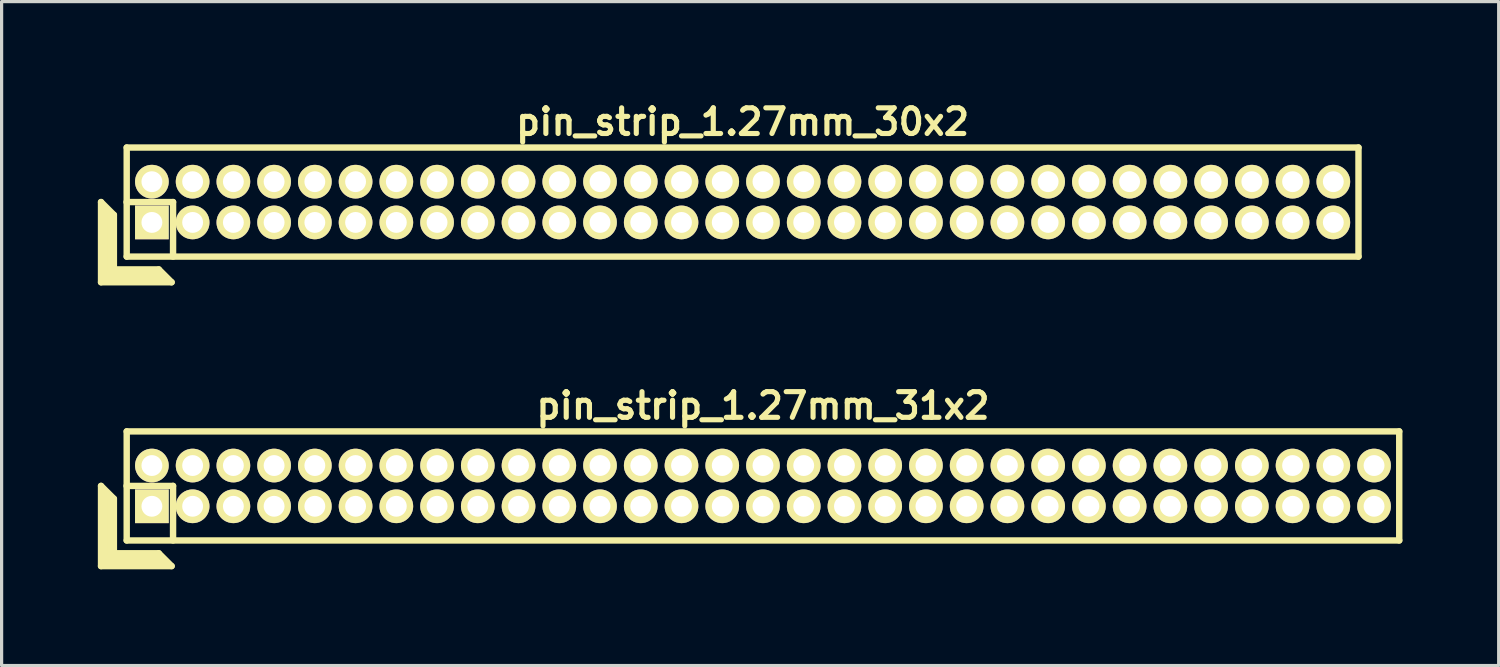
<source format=kicad_pcb>
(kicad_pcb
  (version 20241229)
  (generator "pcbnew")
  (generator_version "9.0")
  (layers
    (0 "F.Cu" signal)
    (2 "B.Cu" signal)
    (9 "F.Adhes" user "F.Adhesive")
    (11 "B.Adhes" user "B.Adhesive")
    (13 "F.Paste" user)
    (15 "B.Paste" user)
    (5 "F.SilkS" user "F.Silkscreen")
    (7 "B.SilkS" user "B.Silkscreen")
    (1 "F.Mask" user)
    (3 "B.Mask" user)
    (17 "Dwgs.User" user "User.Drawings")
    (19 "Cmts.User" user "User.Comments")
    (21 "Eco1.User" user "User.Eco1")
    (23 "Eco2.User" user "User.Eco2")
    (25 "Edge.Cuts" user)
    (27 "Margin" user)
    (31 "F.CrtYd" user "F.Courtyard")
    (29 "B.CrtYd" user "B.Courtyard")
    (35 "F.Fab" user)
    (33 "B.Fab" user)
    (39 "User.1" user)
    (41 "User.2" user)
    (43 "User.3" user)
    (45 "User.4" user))
  (footprint "pin_strip_1.27mm_31x2"
    (layer "F.Cu")
    (at 20.735 12.098)
    (property "Reference" "pin_strip_1.27mm_31x2" (at 0 -2.5 0) (layer "F.SilkS") (effects (font (size 0.8 0.8) (thickness 0.16))))
    (attr through_hole)
    (fp_line (start -20.635 0) (end -20.635 2.5) (stroke (width 0.2) (type solid)) (layer "F.SilkS"))
    (fp_line (start -20.635 0) (end -20.235 0.4) (stroke (width 0.2) (type solid)) (layer "F.SilkS"))
    (fp_line (start -20.635 2.5) (end -18.435 2.5) (stroke (width 0.2) (type solid)) (layer "F.SilkS"))
    (fp_line (start -20.535 2.4) (end -20.535 0.2) (stroke (width 0.2) (type solid)) (layer "F.SilkS"))
    (fp_line (start -20.535 2.4) (end -18.635 2.4) (stroke (width 0.2) (type solid)) (layer "F.SilkS"))
    (fp_line (start -20.435 2.3) (end -20.435 0.3) (stroke (width 0.2) (type solid)) (layer "F.SilkS"))
    (fp_line (start -20.435 2.3) (end -18.735 2.3) (stroke (width 0.2) (type solid)) (layer "F.SilkS"))
    (fp_line (start -20.335 2.2) (end -20.335 0.4) (stroke (width 0.2) (type solid)) (layer "F.SilkS"))
    (fp_line (start -20.335 2.2) (end -18.835 2.2) (stroke (width 0.2) (type solid)) (layer "F.SilkS"))
    (fp_line (start -20.235 2.1) (end -20.235 0.4) (stroke (width 0.2) (type solid)) (layer "F.SilkS"))
    (fp_line (start -20.235 2.1) (end -18.835 2.1) (stroke (width 0.2) (type solid)) (layer "F.SilkS"))
    (fp_line (start -19.84 0) (end -18.39 0) (stroke (width 0.2) (type solid)) (layer "F.SilkS"))
    (fp_line (start -19.835 -1.7) (end 19.835 -1.7) (stroke (width 0.2) (type solid)) (layer "F.SilkS"))
    (fp_line (start -19.835 1.7) (end -19.835 -1.7) (stroke (width 0.2) (type solid)) (layer "F.SilkS"))
    (fp_line (start -18.835 2.1) (end -18.435 2.5) (stroke (width 0.2) (type solid)) (layer "F.SilkS"))
    (fp_line (start -18.39 0) (end -18.39 1.7) (stroke (width 0.2) (type solid)) (layer "F.SilkS"))
    (fp_line (start 19.835 -1.7) (end 19.835 1.7) (stroke (width 0.2) (type solid)) (layer "F.SilkS"))
    (fp_line (start 19.835 1.7) (end -19.835 1.7) (stroke (width 0.2) (type solid)) (layer "F.SilkS"))
    (pad "1" thru_hole rect (at -19.05 0.635) (size 1.05 1.05) (drill 0.65) (layers "*.Cu" "*.Mask" "F.SilkS"))
    (pad "2" thru_hole oval (at -19.05 -0.635) (size 1.05 1.05) (drill 0.65) (layers "*.Cu" "*.Mask" "F.SilkS"))
    (pad "3" thru_hole oval (at -17.78 0.635) (size 1.05 1.05) (drill 0.65) (layers "*.Cu" "*.Mask" "F.SilkS"))
    (pad "4" thru_hole oval (at -17.78 -0.635) (size 1.05 1.05) (drill 0.65) (layers "*.Cu" "*.Mask" "F.SilkS"))
    (pad "5" thru_hole oval (at -16.51 0.635) (size 1.05 1.05) (drill 0.65) (layers "*.Cu" "*.Mask" "F.SilkS"))
    (pad "6" thru_hole oval (at -16.51 -0.635) (size 1.05 1.05) (drill 0.65) (layers "*.Cu" "*.Mask" "F.SilkS"))
    (pad "7" thru_hole oval (at -15.24 0.635) (size 1.05 1.05) (drill 0.65) (layers "*.Cu" "*.Mask" "F.SilkS"))
    (pad "8" thru_hole oval (at -15.24 -0.635) (size 1.05 1.05) (drill 0.65) (layers "*.Cu" "*.Mask" "F.SilkS"))
    (pad "9" thru_hole oval (at -13.97 0.635) (size 1.05 1.05) (drill 0.65) (layers "*.Cu" "*.Mask" "F.SilkS"))
    (pad "10" thru_hole oval (at -13.97 -0.635) (size 1.05 1.05) (drill 0.65) (layers "*.Cu" "*.Mask" "F.SilkS"))
    (pad "11" thru_hole oval (at -12.7 0.635) (size 1.05 1.05) (drill 0.65) (layers "*.Cu" "*.Mask" "F.SilkS"))
    (pad "12" thru_hole oval (at -12.7 -0.635) (size 1.05 1.05) (drill 0.65) (layers "*.Cu" "*.Mask" "F.SilkS"))
    (pad "13" thru_hole oval (at -11.43 0.635) (size 1.05 1.05) (drill 0.65) (layers "*.Cu" "*.Mask" "F.SilkS"))
    (pad "14" thru_hole oval (at -11.43 -0.635) (size 1.05 1.05) (drill 0.65) (layers "*.Cu" "*.Mask" "F.SilkS"))
    (pad "15" thru_hole oval (at -10.16 0.635) (size 1.05 1.05) (drill 0.65) (layers "*.Cu" "*.Mask" "F.SilkS"))
    (pad "16" thru_hole oval (at -10.16 -0.635) (size 1.05 1.05) (drill 0.65) (layers "*.Cu" "*.Mask" "F.SilkS"))
    (pad "17" thru_hole oval (at -8.89 0.635) (size 1.05 1.05) (drill 0.65) (layers "*.Cu" "*.Mask" "F.SilkS"))
    (pad "18" thru_hole oval (at -8.89 -0.635) (size 1.05 1.05) (drill 0.65) (layers "*.Cu" "*.Mask" "F.SilkS"))
    (pad "19" thru_hole oval (at -7.62 0.635) (size 1.05 1.05) (drill 0.65) (layers "*.Cu" "*.Mask" "F.SilkS"))
    (pad "20" thru_hole oval (at -7.62 -0.635) (size 1.05 1.05) (drill 0.65) (layers "*.Cu" "*.Mask" "F.SilkS"))
    (pad "21" thru_hole oval (at -6.35 0.635) (size 1.05 1.05) (drill 0.65) (layers "*.Cu" "*.Mask" "F.SilkS"))
    (pad "22" thru_hole oval (at -6.35 -0.635) (size 1.05 1.05) (drill 0.65) (layers "*.Cu" "*.Mask" "F.SilkS"))
    (pad "23" thru_hole oval (at -5.08 0.635) (size 1.05 1.05) (drill 0.65) (layers "*.Cu" "*.Mask" "F.SilkS"))
    (pad "24" thru_hole oval (at -5.08 -0.635) (size 1.05 1.05) (drill 0.65) (layers "*.Cu" "*.Mask" "F.SilkS"))
    (pad "25" thru_hole oval (at -3.81 0.635) (size 1.05 1.05) (drill 0.65) (layers "*.Cu" "*.Mask" "F.SilkS"))
    (pad "26" thru_hole oval (at -3.81 -0.635) (size 1.05 1.05) (drill 0.65) (layers "*.Cu" "*.Mask" "F.SilkS"))
    (pad "27" thru_hole oval (at -2.54 0.635) (size 1.05 1.05) (drill 0.65) (layers "*.Cu" "*.Mask" "F.SilkS"))
    (pad "28" thru_hole oval (at -2.54 -0.635) (size 1.05 1.05) (drill 0.65) (layers "*.Cu" "*.Mask" "F.SilkS"))
    (pad "29" thru_hole oval (at -1.27 0.635) (size 1.05 1.05) (drill 0.65) (layers "*.Cu" "*.Mask" "F.SilkS"))
    (pad "30" thru_hole oval (at -1.27 -0.635) (size 1.05 1.05) (drill 0.65) (layers "*.Cu" "*.Mask" "F.SilkS"))
    (pad "31" thru_hole oval (at 0 0.635) (size 1.05 1.05) (drill 0.65) (layers "*.Cu" "*.Mask" "F.SilkS"))
    (pad "32" thru_hole oval (at 0 -0.635) (size 1.05 1.05) (drill 0.65) (layers "*.Cu" "*.Mask" "F.SilkS"))
    (pad "33" thru_hole oval (at 1.27 0.635) (size 1.05 1.05) (drill 0.65) (layers "*.Cu" "*.Mask" "F.SilkS"))
    (pad "34" thru_hole oval (at 1.27 -0.635) (size 1.05 1.05) (drill 0.65) (layers "*.Cu" "*.Mask" "F.SilkS"))
    (pad "35" thru_hole oval (at 2.54 0.635) (size 1.05 1.05) (drill 0.65) (layers "*.Cu" "*.Mask" "F.SilkS"))
    (pad "36" thru_hole oval (at 2.54 -0.635) (size 1.05 1.05) (drill 0.65) (layers "*.Cu" "*.Mask" "F.SilkS"))
    (pad "37" thru_hole oval (at 3.81 0.635) (size 1.05 1.05) (drill 0.65) (layers "*.Cu" "*.Mask" "F.SilkS"))
    (pad "38" thru_hole oval (at 3.81 -0.635) (size 1.05 1.05) (drill 0.65) (layers "*.Cu" "*.Mask" "F.SilkS"))
    (pad "39" thru_hole oval (at 5.08 0.635) (size 1.05 1.05) (drill 0.65) (layers "*.Cu" "*.Mask" "F.SilkS"))
    (pad "40" thru_hole oval (at 5.08 -0.635) (size 1.05 1.05) (drill 0.65) (layers "*.Cu" "*.Mask" "F.SilkS"))
    (pad "41" thru_hole oval (at 6.35 0.635) (size 1.05 1.05) (drill 0.65) (layers "*.Cu" "*.Mask" "F.SilkS"))
    (pad "42" thru_hole oval (at 6.35 -0.635) (size 1.05 1.05) (drill 0.65) (layers "*.Cu" "*.Mask" "F.SilkS"))
    (pad "43" thru_hole oval (at 7.62 0.635) (size 1.05 1.05) (drill 0.65) (layers "*.Cu" "*.Mask" "F.SilkS"))
    (pad "44" thru_hole oval (at 7.62 -0.635) (size 1.05 1.05) (drill 0.65) (layers "*.Cu" "*.Mask" "F.SilkS"))
    (pad "45" thru_hole oval (at 8.89 0.635) (size 1.05 1.05) (drill 0.65) (layers "*.Cu" "*.Mask" "F.SilkS"))
    (pad "46" thru_hole oval (at 8.89 -0.635) (size 1.05 1.05) (drill 0.65) (layers "*.Cu" "*.Mask" "F.SilkS"))
    (pad "47" thru_hole oval (at 10.16 0.635) (size 1.05 1.05) (drill 0.65) (layers "*.Cu" "*.Mask" "F.SilkS"))
    (pad "48" thru_hole oval (at 10.16 -0.635) (size 1.05 1.05) (drill 0.65) (layers "*.Cu" "*.Mask" "F.SilkS"))
    (pad "49" thru_hole oval (at 11.43 0.635) (size 1.05 1.05) (drill 0.65) (layers "*.Cu" "*.Mask" "F.SilkS"))
    (pad "50" thru_hole oval (at 11.43 -0.635) (size 1.05 1.05) (drill 0.65) (layers "*.Cu" "*.Mask" "F.SilkS"))
    (pad "51" thru_hole circle (at 12.7 0.635) (size 1.05 1.05) (drill 0.65) (layers "*.Cu" "*.Mask" "F.SilkS"))
    (pad "52" thru_hole oval (at 12.7 -0.635) (size 1.05 1.05) (drill 0.65) (layers "*.Cu" "*.Mask" "F.SilkS"))
    (pad "53" thru_hole oval (at 13.97 0.635) (size 1.05 1.05) (drill 0.65) (layers "*.Cu" "*.Mask" "F.SilkS"))
    (pad "54" thru_hole oval (at 13.97 -0.635) (size 1.05 1.05) (drill 0.65) (layers "*.Cu" "*.Mask" "F.SilkS"))
    (pad "55" thru_hole oval (at 15.24 0.635) (size 1.05 1.05) (drill 0.65) (layers "*.Cu" "*.Mask" "F.SilkS"))
    (pad "56" thru_hole oval (at 15.24 -0.635) (size 1.05 1.05) (drill 0.65) (layers "*.Cu" "*.Mask" "F.SilkS"))
    (pad "57" thru_hole oval (at 16.51 0.635) (size 1.05 1.05) (drill 0.65) (layers "*.Cu" "*.Mask" "F.SilkS"))
    (pad "58" thru_hole oval (at 16.51 -0.635) (size 1.05 1.05) (drill 0.65) (layers "*.Cu" "*.Mask" "F.SilkS"))
    (pad "59" thru_hole oval (at 17.78 0.635) (size 1.05 1.05) (drill 0.65) (layers "*.Cu" "*.Mask" "F.SilkS"))
    (pad "60" thru_hole oval (at 17.78 -0.635) (size 1.05 1.05) (drill 0.65) (layers "*.Cu" "*.Mask" "F.SilkS"))
    (pad "61" thru_hole oval (at 19.05 0.635) (size 1.05 1.05) (drill 0.65) (layers "*.Cu" "*.Mask" "F.SilkS"))
    (pad "62" thru_hole oval (at 19.05 -0.635) (size 1.05 1.05) (drill 0.65) (layers "*.Cu" "*.Mask" "F.SilkS")))
  (footprint "pin_strip_1.27mm_30x2"
    (layer "F.Cu")
    (at 20.1 3.249)
    (property "Reference" "pin_strip_1.27mm_30x2" (at 0 -2.5 0) (layer "F.SilkS") (effects (font (size 0.8 0.8) (thickness 0.16))))
    (attr through_hole)
    (fp_line (start -20 0) (end -20 2.5) (stroke (width 0.2) (type solid)) (layer "F.SilkS"))
    (fp_line (start -20 0) (end -19.6 0.4) (stroke (width 0.2) (type solid)) (layer "F.SilkS"))
    (fp_line (start -20 2.5) (end -17.8 2.5) (stroke (width 0.2) (type solid)) (layer "F.SilkS"))
    (fp_line (start -19.9 2.4) (end -19.9 0.2) (stroke (width 0.2) (type solid)) (layer "F.SilkS"))
    (fp_line (start -19.9 2.4) (end -18 2.4) (stroke (width 0.2) (type solid)) (layer "F.SilkS"))
    (fp_line (start -19.8 2.3) (end -19.8 0.3) (stroke (width 0.2) (type solid)) (layer "F.SilkS"))
    (fp_line (start -19.8 2.3) (end -18.1 2.3) (stroke (width 0.2) (type solid)) (layer "F.SilkS"))
    (fp_line (start -19.7 2.2) (end -19.7 0.4) (stroke (width 0.2) (type solid)) (layer "F.SilkS"))
    (fp_line (start -19.7 2.2) (end -18.2 2.2) (stroke (width 0.2) (type solid)) (layer "F.SilkS"))
    (fp_line (start -19.6 2.1) (end -19.6 0.4) (stroke (width 0.2) (type solid)) (layer "F.SilkS"))
    (fp_line (start -19.6 2.1) (end -18.2 2.1) (stroke (width 0.2) (type solid)) (layer "F.SilkS"))
    (fp_line (start -19.205 0) (end -17.755 0) (stroke (width 0.2) (type solid)) (layer "F.SilkS"))
    (fp_line (start -19.2 -1.7) (end 19.2 -1.7) (stroke (width 0.2) (type solid)) (layer "F.SilkS"))
    (fp_line (start -19.2 1.7) (end -19.2 -1.7) (stroke (width 0.2) (type solid)) (layer "F.SilkS"))
    (fp_line (start -18.2 2.1) (end -17.8 2.5) (stroke (width 0.2) (type solid)) (layer "F.SilkS"))
    (fp_line (start -17.755 0) (end -17.755 1.7) (stroke (width 0.2) (type solid)) (layer "F.SilkS"))
    (fp_line (start 19.2 -1.7) (end 19.2 1.7) (stroke (width 0.2) (type solid)) (layer "F.SilkS"))
    (fp_line (start 19.2 1.7) (end -19.2 1.7) (stroke (width 0.2) (type solid)) (layer "F.SilkS"))
    (pad "1" thru_hole rect (at -18.415 0.635) (size 1.05 1.05) (drill 0.65) (layers "*.Cu" "*.Mask" "F.SilkS"))
    (pad "2" thru_hole oval (at -18.415 -0.635) (size 1.05 1.05) (drill 0.65) (layers "*.Cu" "*.Mask" "F.SilkS"))
    (pad "3" thru_hole oval (at -17.145 0.635) (size 1.05 1.05) (drill 0.65) (layers "*.Cu" "*.Mask" "F.SilkS"))
    (pad "4" thru_hole oval (at -17.145 -0.635) (size 1.05 1.05) (drill 0.65) (layers "*.Cu" "*.Mask" "F.SilkS"))
    (pad "5" thru_hole oval (at -15.875 0.635) (size 1.05 1.05) (drill 0.65) (layers "*.Cu" "*.Mask" "F.SilkS"))
    (pad "6" thru_hole oval (at -15.875 -0.635) (size 1.05 1.05) (drill 0.65) (layers "*.Cu" "*.Mask" "F.SilkS"))
    (pad "7" thru_hole oval (at -14.605 0.635) (size 1.05 1.05) (drill 0.65) (layers "*.Cu" "*.Mask" "F.SilkS"))
    (pad "8" thru_hole oval (at -14.605 -0.635) (size 1.05 1.05) (drill 0.65) (layers "*.Cu" "*.Mask" "F.SilkS"))
    (pad "9" thru_hole oval (at -13.335 0.635) (size 1.05 1.05) (drill 0.65) (layers "*.Cu" "*.Mask" "F.SilkS"))
    (pad "10" thru_hole oval (at -13.335 -0.635) (size 1.05 1.05) (drill 0.65) (layers "*.Cu" "*.Mask" "F.SilkS"))
    (pad "11" thru_hole oval (at -12.065 0.635) (size 1.05 1.05) (drill 0.65) (layers "*.Cu" "*.Mask" "F.SilkS"))
    (pad "12" thru_hole oval (at -12.065 -0.635) (size 1.05 1.05) (drill 0.65) (layers "*.Cu" "*.Mask" "F.SilkS"))
    (pad "13" thru_hole oval (at -10.795 0.635) (size 1.05 1.05) (drill 0.65) (layers "*.Cu" "*.Mask" "F.SilkS"))
    (pad "14" thru_hole oval (at -10.795 -0.635) (size 1.05 1.05) (drill 0.65) (layers "*.Cu" "*.Mask" "F.SilkS"))
    (pad "15" thru_hole oval (at -9.525 0.635) (size 1.05 1.05) (drill 0.65) (layers "*.Cu" "*.Mask" "F.SilkS"))
    (pad "16" thru_hole oval (at -9.525 -0.635) (size 1.05 1.05) (drill 0.65) (layers "*.Cu" "*.Mask" "F.SilkS"))
    (pad "17" thru_hole oval (at -8.255 0.635) (size 1.05 1.05) (drill 0.65) (layers "*.Cu" "*.Mask" "F.SilkS"))
    (pad "18" thru_hole oval (at -8.255 -0.635) (size 1.05 1.05) (drill 0.65) (layers "*.Cu" "*.Mask" "F.SilkS"))
    (pad "19" thru_hole oval (at -6.985 0.635) (size 1.05 1.05) (drill 0.65) (layers "*.Cu" "*.Mask" "F.SilkS"))
    (pad "20" thru_hole oval (at -6.985 -0.635) (size 1.05 1.05) (drill 0.65) (layers "*.Cu" "*.Mask" "F.SilkS"))
    (pad "21" thru_hole oval (at -5.715 0.635) (size 1.05 1.05) (drill 0.65) (layers "*.Cu" "*.Mask" "F.SilkS"))
    (pad "22" thru_hole oval (at -5.715 -0.635) (size 1.05 1.05) (drill 0.65) (layers "*.Cu" "*.Mask" "F.SilkS"))
    (pad "23" thru_hole oval (at -4.445 0.635) (size 1.05 1.05) (drill 0.65) (layers "*.Cu" "*.Mask" "F.SilkS"))
    (pad "24" thru_hole oval (at -4.445 -0.635) (size 1.05 1.05) (drill 0.65) (layers "*.Cu" "*.Mask" "F.SilkS"))
    (pad "25" thru_hole oval (at -3.175 0.635) (size 1.05 1.05) (drill 0.65) (layers "*.Cu" "*.Mask" "F.SilkS"))
    (pad "26" thru_hole oval (at -3.175 -0.635) (size 1.05 1.05) (drill 0.65) (layers "*.Cu" "*.Mask" "F.SilkS"))
    (pad "27" thru_hole oval (at -1.905 0.635) (size 1.05 1.05) (drill 0.65) (layers "*.Cu" "*.Mask" "F.SilkS"))
    (pad "28" thru_hole oval (at -1.905 -0.635) (size 1.05 1.05) (drill 0.65) (layers "*.Cu" "*.Mask" "F.SilkS"))
    (pad "29" thru_hole oval (at -0.635 0.635) (size 1.05 1.05) (drill 0.65) (layers "*.Cu" "*.Mask" "F.SilkS"))
    (pad "30" thru_hole oval (at -0.635 -0.635) (size 1.05 1.05) (drill 0.65) (layers "*.Cu" "*.Mask" "F.SilkS"))
    (pad "31" thru_hole oval (at 0.635 0.635) (size 1.05 1.05) (drill 0.65) (layers "*.Cu" "*.Mask" "F.SilkS"))
    (pad "32" thru_hole oval (at 0.635 -0.635) (size 1.05 1.05) (drill 0.65) (layers "*.Cu" "*.Mask" "F.SilkS"))
    (pad "33" thru_hole oval (at 1.905 0.635) (size 1.05 1.05) (drill 0.65) (layers "*.Cu" "*.Mask" "F.SilkS"))
    (pad "34" thru_hole oval (at 1.905 -0.635) (size 1.05 1.05) (drill 0.65) (layers "*.Cu" "*.Mask" "F.SilkS"))
    (pad "35" thru_hole oval (at 3.175 0.635) (size 1.05 1.05) (drill 0.65) (layers "*.Cu" "*.Mask" "F.SilkS"))
    (pad "36" thru_hole oval (at 3.175 -0.635) (size 1.05 1.05) (drill 0.65) (layers "*.Cu" "*.Mask" "F.SilkS"))
    (pad "37" thru_hole oval (at 4.445 0.635) (size 1.05 1.05) (drill 0.65) (layers "*.Cu" "*.Mask" "F.SilkS"))
    (pad "38" thru_hole oval (at 4.445 -0.635) (size 1.05 1.05) (drill 0.65) (layers "*.Cu" "*.Mask" "F.SilkS"))
    (pad "39" thru_hole oval (at 5.715 0.635) (size 1.05 1.05) (drill 0.65) (layers "*.Cu" "*.Mask" "F.SilkS"))
    (pad "40" thru_hole oval (at 5.715 -0.635) (size 1.05 1.05) (drill 0.65) (layers "*.Cu" "*.Mask" "F.SilkS"))
    (pad "41" thru_hole oval (at 6.985 0.635) (size 1.05 1.05) (drill 0.65) (layers "*.Cu" "*.Mask" "F.SilkS"))
    (pad "42" thru_hole oval (at 6.985 -0.635) (size 1.05 1.05) (drill 0.65) (layers "*.Cu" "*.Mask" "F.SilkS"))
    (pad "43" thru_hole oval (at 8.255 0.635) (size 1.05 1.05) (drill 0.65) (layers "*.Cu" "*.Mask" "F.SilkS"))
    (pad "44" thru_hole oval (at 8.255 -0.635) (size 1.05 1.05) (drill 0.65) (layers "*.Cu" "*.Mask" "F.SilkS"))
    (pad "45" thru_hole oval (at 9.525 0.635) (size 1.05 1.05) (drill 0.65) (layers "*.Cu" "*.Mask" "F.SilkS"))
    (pad "46" thru_hole oval (at 9.525 -0.635) (size 1.05 1.05) (drill 0.65) (layers "*.Cu" "*.Mask" "F.SilkS"))
    (pad "47" thru_hole oval (at 10.795 0.635) (size 1.05 1.05) (drill 0.65) (layers "*.Cu" "*.Mask" "F.SilkS"))
    (pad "48" thru_hole oval (at 10.795 -0.635) (size 1.05 1.05) (drill 0.65) (layers "*.Cu" "*.Mask" "F.SilkS"))
    (pad "49" thru_hole oval (at 12.065 0.635) (size 1.05 1.05) (drill 0.65) (layers "*.Cu" "*.Mask" "F.SilkS"))
    (pad "50" thru_hole oval (at 12.065 -0.635) (size 1.05 1.05) (drill 0.65) (layers "*.Cu" "*.Mask" "F.SilkS"))
    (pad "51" thru_hole circle (at 13.335 0.635) (size 1.05 1.05) (drill 0.65) (layers "*.Cu" "*.Mask" "F.SilkS"))
    (pad "52" thru_hole oval (at 13.335 -0.635) (size 1.05 1.05) (drill 0.65) (layers "*.Cu" "*.Mask" "F.SilkS"))
    (pad "53" thru_hole oval (at 14.605 0.635) (size 1.05 1.05) (drill 0.65) (layers "*.Cu" "*.Mask" "F.SilkS"))
    (pad "54" thru_hole oval (at 14.605 -0.635) (size 1.05 1.05) (drill 0.65) (layers "*.Cu" "*.Mask" "F.SilkS"))
    (pad "55" thru_hole oval (at 15.875 0.635) (size 1.05 1.05) (drill 0.65) (layers "*.Cu" "*.Mask" "F.SilkS"))
    (pad "56" thru_hole oval (at 15.875 -0.635) (size 1.05 1.05) (drill 0.65) (layers "*.Cu" "*.Mask" "F.SilkS"))
    (pad "57" thru_hole oval (at 17.145 0.635) (size 1.05 1.05) (drill 0.65) (layers "*.Cu" "*.Mask" "F.SilkS"))
    (pad "58" thru_hole oval (at 17.145 -0.635) (size 1.05 1.05) (drill 0.65) (layers "*.Cu" "*.Mask" "F.SilkS"))
    (pad "59" thru_hole oval (at 18.415 0.635) (size 1.05 1.05) (drill 0.65) (layers "*.Cu" "*.Mask" "F.SilkS"))
    (pad "60" thru_hole oval (at 18.415 -0.635) (size 1.05 1.05) (drill 0.65) (layers "*.Cu" "*.Mask" "F.SilkS")))
  (gr_rect
    (start -3 -3)
    (end 43.67 17.698)
    (stroke (width 0.1) (type default))
    (fill no)
    (layer "Edge.Cuts")))
</source>
